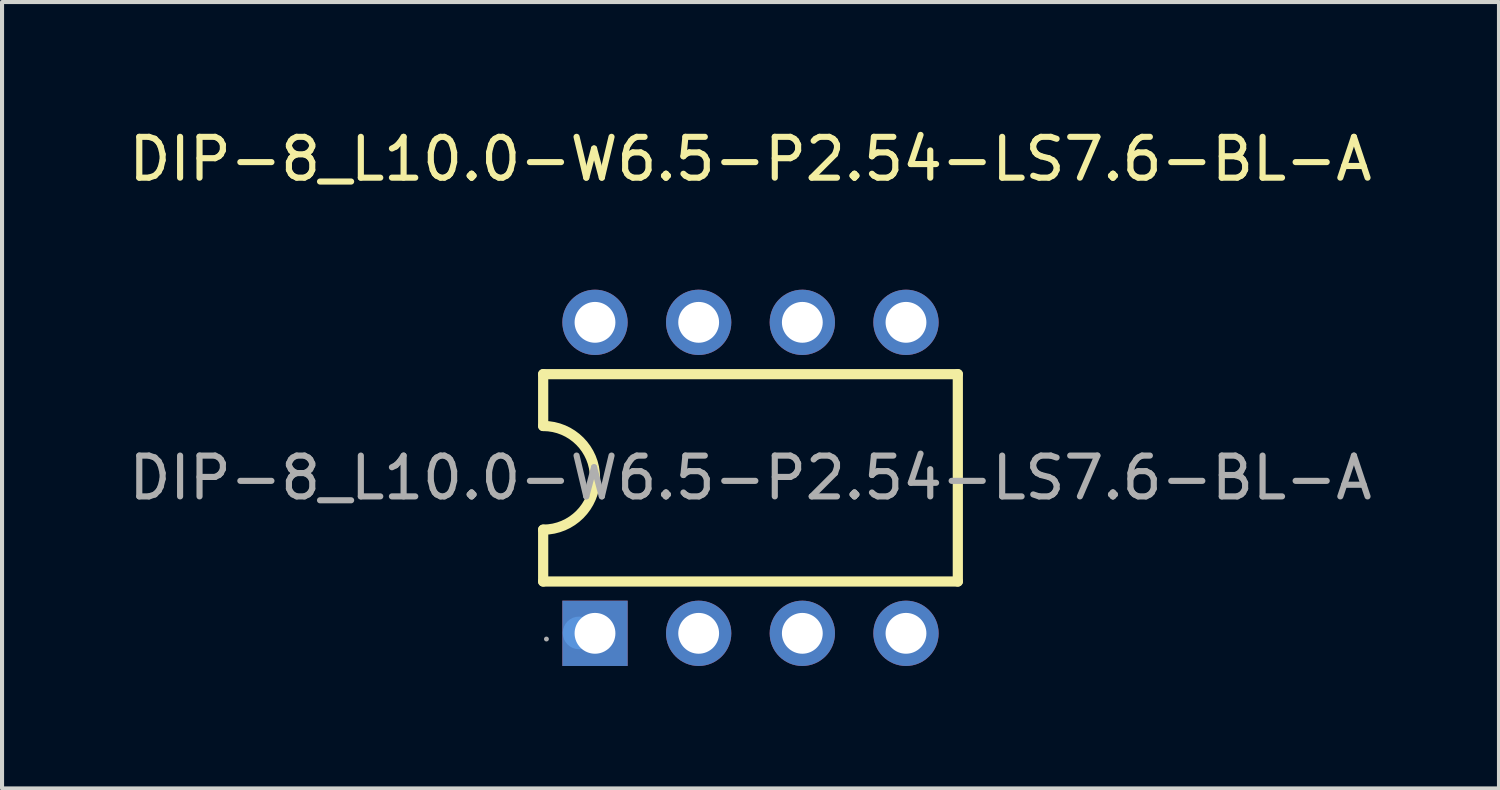
<source format=kicad_pcb>
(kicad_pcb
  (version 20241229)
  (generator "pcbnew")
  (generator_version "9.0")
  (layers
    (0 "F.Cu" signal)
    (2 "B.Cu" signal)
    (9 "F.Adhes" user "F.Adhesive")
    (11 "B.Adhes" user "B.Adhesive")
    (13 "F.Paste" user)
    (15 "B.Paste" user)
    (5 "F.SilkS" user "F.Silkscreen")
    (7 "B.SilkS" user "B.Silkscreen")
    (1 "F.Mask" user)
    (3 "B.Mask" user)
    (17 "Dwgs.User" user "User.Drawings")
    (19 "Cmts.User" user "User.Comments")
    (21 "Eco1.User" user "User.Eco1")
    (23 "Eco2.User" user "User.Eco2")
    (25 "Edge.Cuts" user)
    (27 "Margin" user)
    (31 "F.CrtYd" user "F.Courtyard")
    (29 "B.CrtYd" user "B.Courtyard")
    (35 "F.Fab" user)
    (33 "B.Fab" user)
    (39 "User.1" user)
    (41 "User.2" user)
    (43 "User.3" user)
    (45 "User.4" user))
  (footprint "DIP-8_L10.0-W6.5-P2.54-LS7.6-BL-A"
    (layer "F.Cu")
    (at 15.339 8.658)
    (property "Reference" "DIP-8_L10.0-W6.5-P2.54-LS7.6-BL-A" (at 0 -7.81 0) (layer "F.SilkS") (effects (font (size 1 1) (thickness 0.15))))
    (attr through_hole)
    (fp_line (start -5.08 -1.27) (end -5.08 -2.54) (stroke (width 0.25) (type solid)) (layer "F.SilkS"))
    (fp_line (start -5.08 2.54) (end -5.08 1.27) (stroke (width 0.25) (type solid)) (layer "F.SilkS"))
    (fp_line (start 5.08 -2.54) (end -5.08 -2.54) (stroke (width 0.25) (type solid)) (layer "F.SilkS"))
    (fp_line (start 5.08 2.54) (end -5.08 2.54) (stroke (width 0.25) (type solid)) (layer "F.SilkS"))
    (fp_line (start 5.08 2.54) (end 5.08 -2.54) (stroke (width 0.25) (type solid)) (layer "F.SilkS"))
    (fp_arc (start -5.08 -1.27) (mid -3.81 0) (end -5.08 1.27) (stroke (width 0.25) (type solid)) (layer "F.SilkS"))
    (fp_circle (center -4.2 3.8) (end -4 3.8) (stroke (width 0.4) (type solid)) (fill no) (layer "Cmts.User"))
    (fp_circle (center -5 3.95) (end -4.97 3.95) (stroke (width 0.06) (type solid)) (fill no) (layer "F.Fab"))
    (fp_text user "${REFERENCE}" (at 0 0 0) (layer "F.Fab") (effects (font (size 1 1) (thickness 0.15))))
    (pad "1" thru_hole rect (at -3.81 3.81) (size 1.6 1.6) (drill 1) (layers "*.Cu" "*.Paste" "*.Mask"))
    (pad "2" thru_hole circle (at -1.27 3.81) (size 1.6 1.6) (drill 1) (layers "*.Cu" "*.Paste" "*.Mask"))
    (pad "3" thru_hole circle (at 1.27 3.81) (size 1.6 1.6) (drill 1) (layers "*.Cu" "*.Paste" "*.Mask"))
    (pad "4" thru_hole circle (at 3.81 3.81) (size 1.6 1.6) (drill 1) (layers "*.Cu" "*.Paste" "*.Mask"))
    (pad "5" thru_hole circle (at 3.81 -3.81) (size 1.6 1.6) (drill 1) (layers "*.Cu" "*.Paste" "*.Mask"))
    (pad "6" thru_hole circle (at 1.27 -3.81) (size 1.6 1.6) (drill 1) (layers "*.Cu" "*.Paste" "*.Mask"))
    (pad "7" thru_hole circle (at -1.27 -3.81) (size 1.6 1.6) (drill 1) (layers "*.Cu" "*.Paste" "*.Mask"))
    (pad "8" thru_hole circle (at -3.81 -3.81) (size 1.6 1.6) (drill 1) (layers "*.Cu" "*.Paste" "*.Mask")))
  (gr_rect
    (start -3 -3)
    (end 33.679 16.268)
    (stroke (width 0.1) (type default))
    (fill no)
    (layer "Edge.Cuts")))
</source>
